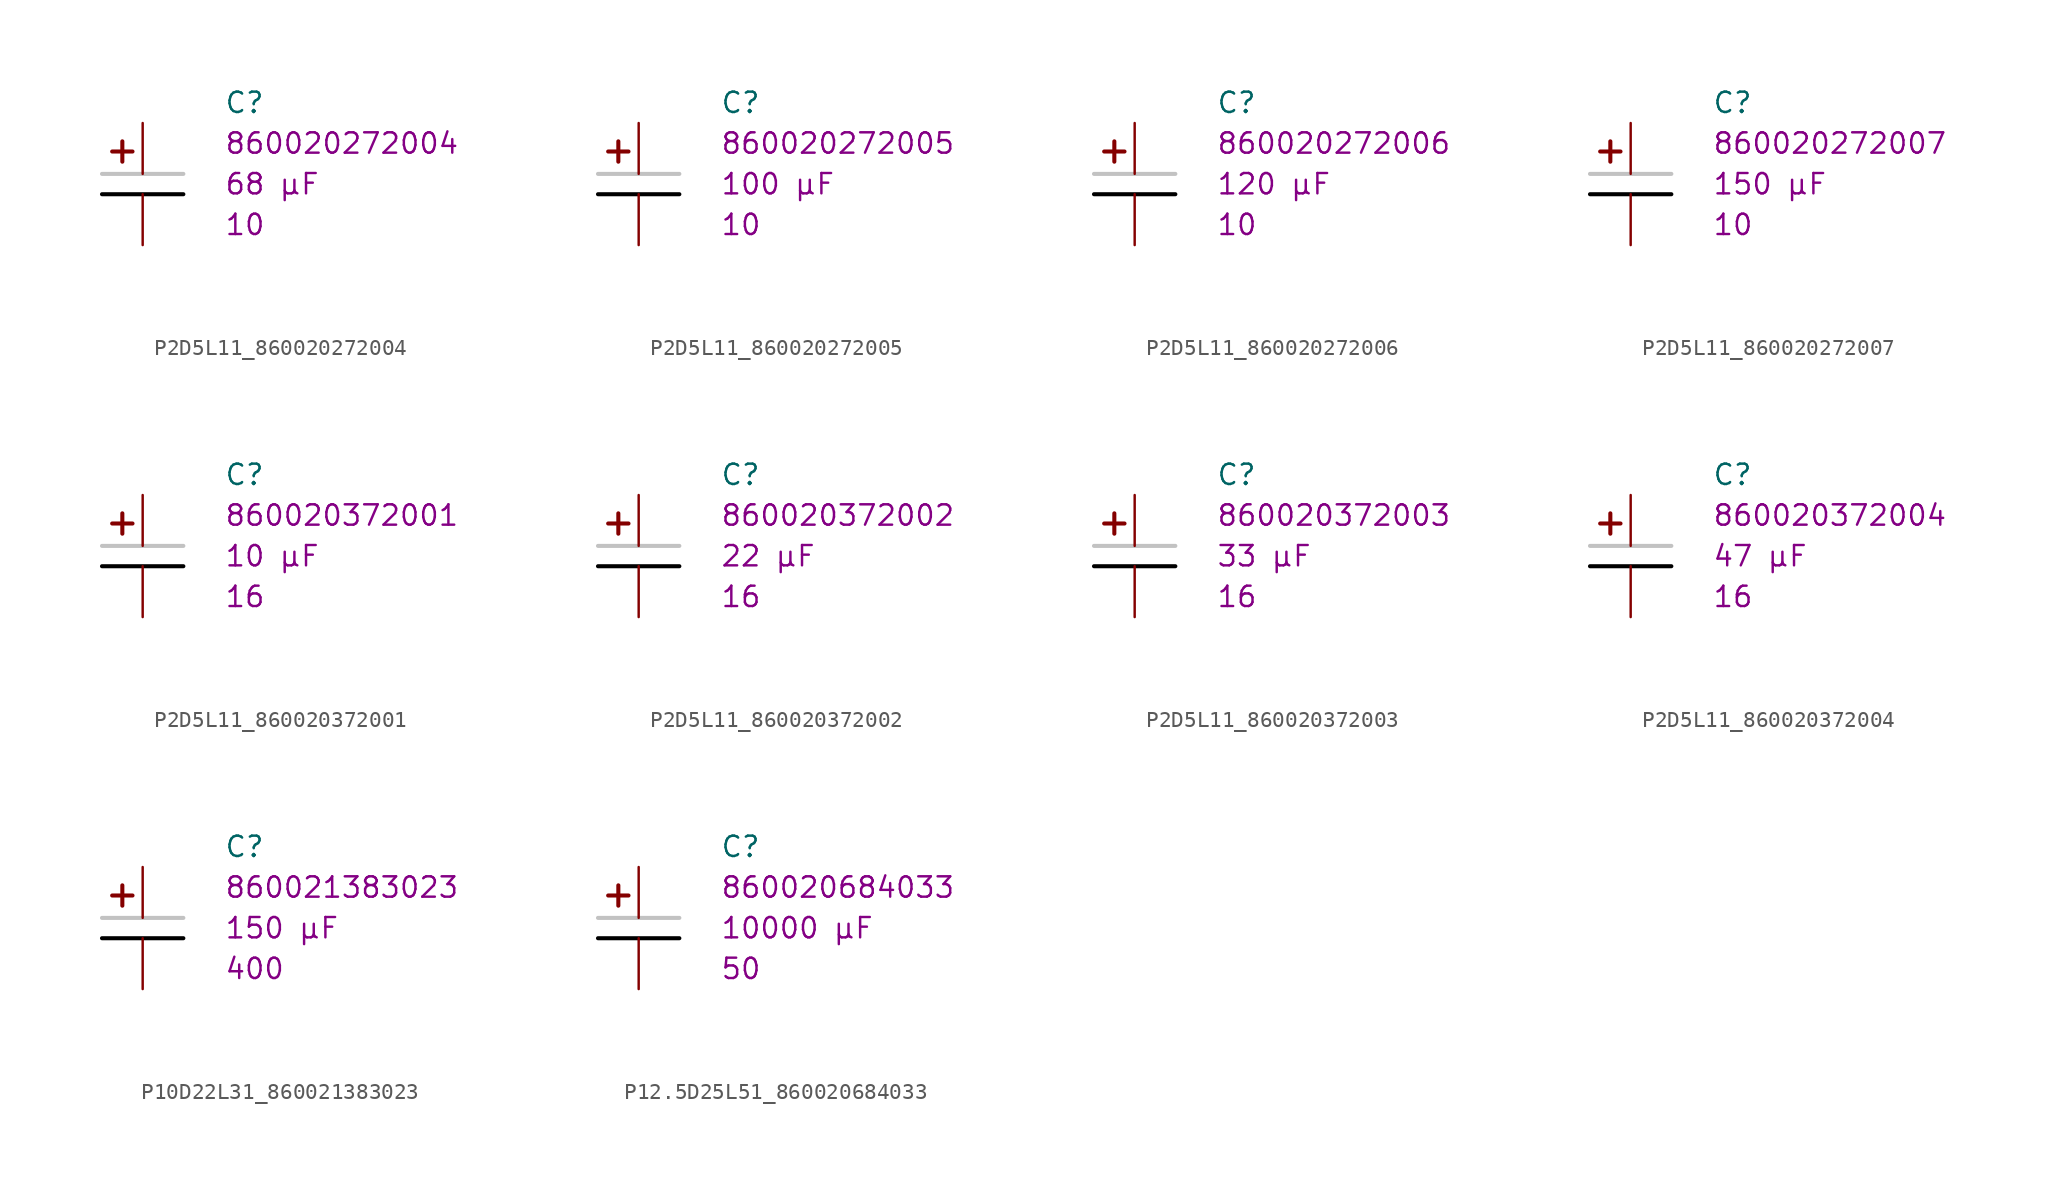
<source format=kicad_sym>
(kicad_symbol_lib
  (version 20220914)
  (generator kicad_symbol_editor)
  (symbol "P2D5L11_860020272004"
    (pin_numbers hide)
    (pin_names hide)
    (property "Reference" "C"
      (at 5.08 5.08 0)
      (effects (font (size 1.27 1.27)) (justify left)))
    (property "Part Number" "860020272004"
      (at 5.08 2.54 0)
      (effects (font (size 1.27 1.27)) (justify left)))
    (property "Capacitance" "68 µF"
      (at 5.08 0 0)
      (effects (font (size 1.27 1.27)) (justify left)))
    (property "Voltage" "10"
      (at 5.08 -2.54 0)
      (effects (font (size 1.27 1.27)) (justify left)))
    (property "Critical Parameter" ""
      (at 0 -7.62 0)
      (effects (font (size 1.27 1.27))))
    (symbol "P2D5L11_860020272004_1_1"
      (polyline (pts (xy -1.27 2.667) (xy -1.27 1.397)) (stroke (width 0.254) (type default)) (fill (type none)))
      (polyline (pts (xy -0.635 2.032) (xy -1.905 2.032)) (stroke (width 0.254) (type default)) (fill (type none)))
      (polyline (pts (xy 2.54 -0.635) (xy -2.54 -0.635)) (stroke (width 0.254) (type default) (color 0 0 0 1)) (fill (type none)))
      (polyline (pts (xy 2.54 0.635) (xy -2.54 0.635)) (stroke (width 0.254) (type default) (color 194 194 194 1)) (fill (type none)))
      (pin passive line (at 0 3.81 270) (length 3.175) (name "1" (effects (font (size 1.27 1.27)))) (number "1" (effects (font (size 1.27 1.27)))))
      (pin passive line (at 0 -3.81 90) (length 3.175) (name "2" (effects (font (size 1.27 1.27)))) (number "2" (effects (font (size 1.27 1.27)))))))
  (symbol "P2D5L11_860020272005"
    (pin_numbers hide)
    (pin_names hide)
    (property "Reference" "C"
      (at 5.08 5.08 0)
      (effects (font (size 1.27 1.27)) (justify left)))
    (property "Part Number" "860020272005"
      (at 5.08 2.54 0)
      (effects (font (size 1.27 1.27)) (justify left)))
    (property "Capacitance" "100 µF"
      (at 5.08 0 0)
      (effects (font (size 1.27 1.27)) (justify left)))
    (property "Voltage" "10"
      (at 5.08 -2.54 0)
      (effects (font (size 1.27 1.27)) (justify left)))
    (property "Critical Parameter" ""
      (at 0 -7.62 0)
      (effects (font (size 1.27 1.27))))
    (symbol "P2D5L11_860020272005_1_1"
      (polyline (pts (xy -1.27 2.667) (xy -1.27 1.397)) (stroke (width 0.254) (type default)) (fill (type none)))
      (polyline (pts (xy -0.635 2.032) (xy -1.905 2.032)) (stroke (width 0.254) (type default)) (fill (type none)))
      (polyline (pts (xy 2.54 -0.635) (xy -2.54 -0.635)) (stroke (width 0.254) (type default) (color 0 0 0 1)) (fill (type none)))
      (polyline (pts (xy 2.54 0.635) (xy -2.54 0.635)) (stroke (width 0.254) (type default) (color 194 194 194 1)) (fill (type none)))
      (pin passive line (at 0 3.81 270) (length 3.175) (name "1" (effects (font (size 1.27 1.27)))) (number "1" (effects (font (size 1.27 1.27)))))
      (pin passive line (at 0 -3.81 90) (length 3.175) (name "2" (effects (font (size 1.27 1.27)))) (number "2" (effects (font (size 1.27 1.27)))))))
  (symbol "P2D5L11_860020272006"
    (pin_numbers hide)
    (pin_names hide)
    (property "Reference" "C"
      (at 5.08 5.08 0)
      (effects (font (size 1.27 1.27)) (justify left)))
    (property "Part Number" "860020272006"
      (at 5.08 2.54 0)
      (effects (font (size 1.27 1.27)) (justify left)))
    (property "Capacitance" "120 µF"
      (at 5.08 0 0)
      (effects (font (size 1.27 1.27)) (justify left)))
    (property "Voltage" "10"
      (at 5.08 -2.54 0)
      (effects (font (size 1.27 1.27)) (justify left)))
    (property "Critical Parameter" ""
      (at 0 -7.62 0)
      (effects (font (size 1.27 1.27))))
    (symbol "P2D5L11_860020272006_1_1"
      (polyline (pts (xy -1.27 2.667) (xy -1.27 1.397)) (stroke (width 0.254) (type default)) (fill (type none)))
      (polyline (pts (xy -0.635 2.032) (xy -1.905 2.032)) (stroke (width 0.254) (type default)) (fill (type none)))
      (polyline (pts (xy 2.54 -0.635) (xy -2.54 -0.635)) (stroke (width 0.254) (type default) (color 0 0 0 1)) (fill (type none)))
      (polyline (pts (xy 2.54 0.635) (xy -2.54 0.635)) (stroke (width 0.254) (type default) (color 194 194 194 1)) (fill (type none)))
      (pin passive line (at 0 3.81 270) (length 3.175) (name "1" (effects (font (size 1.27 1.27)))) (number "1" (effects (font (size 1.27 1.27)))))
      (pin passive line (at 0 -3.81 90) (length 3.175) (name "2" (effects (font (size 1.27 1.27)))) (number "2" (effects (font (size 1.27 1.27)))))))
  (symbol "P2D5L11_860020272007"
    (pin_numbers hide)
    (pin_names hide)
    (property "Reference" "C"
      (at 5.08 5.08 0)
      (effects (font (size 1.27 1.27)) (justify left)))
    (property "Part Number" "860020272007"
      (at 5.08 2.54 0)
      (effects (font (size 1.27 1.27)) (justify left)))
    (property "Capacitance" "150 µF"
      (at 5.08 0 0)
      (effects (font (size 1.27 1.27)) (justify left)))
    (property "Voltage" "10"
      (at 5.08 -2.54 0)
      (effects (font (size 1.27 1.27)) (justify left)))
    (property "Critical Parameter" ""
      (at 0 -7.62 0)
      (effects (font (size 1.27 1.27))))
    (symbol "P2D5L11_860020272007_1_1"
      (polyline (pts (xy -1.27 2.667) (xy -1.27 1.397)) (stroke (width 0.254) (type default)) (fill (type none)))
      (polyline (pts (xy -0.635 2.032) (xy -1.905 2.032)) (stroke (width 0.254) (type default)) (fill (type none)))
      (polyline (pts (xy 2.54 -0.635) (xy -2.54 -0.635)) (stroke (width 0.254) (type default) (color 0 0 0 1)) (fill (type none)))
      (polyline (pts (xy 2.54 0.635) (xy -2.54 0.635)) (stroke (width 0.254) (type default) (color 194 194 194 1)) (fill (type none)))
      (pin passive line (at 0 3.81 270) (length 3.175) (name "1" (effects (font (size 1.27 1.27)))) (number "1" (effects (font (size 1.27 1.27)))))
      (pin passive line (at 0 -3.81 90) (length 3.175) (name "2" (effects (font (size 1.27 1.27)))) (number "2" (effects (font (size 1.27 1.27)))))))
  (symbol "P2D5L11_860020372001"
    (pin_numbers hide)
    (pin_names hide)
    (property "Reference" "C"
      (at 5.08 5.08 0)
      (effects (font (size 1.27 1.27)) (justify left)))
    (property "Part Number" "860020372001"
      (at 5.08 2.54 0)
      (effects (font (size 1.27 1.27)) (justify left)))
    (property "Capacitance" "10 µF"
      (at 5.08 0 0)
      (effects (font (size 1.27 1.27)) (justify left)))
    (property "Voltage" "16"
      (at 5.08 -2.54 0)
      (effects (font (size 1.27 1.27)) (justify left)))
    (property "Critical Parameter" ""
      (at 0 -7.62 0)
      (effects (font (size 1.27 1.27))))
    (symbol "P2D5L11_860020372001_1_1"
      (polyline (pts (xy -1.27 2.667) (xy -1.27 1.397)) (stroke (width 0.254) (type default)) (fill (type none)))
      (polyline (pts (xy -0.635 2.032) (xy -1.905 2.032)) (stroke (width 0.254) (type default)) (fill (type none)))
      (polyline (pts (xy 2.54 -0.635) (xy -2.54 -0.635)) (stroke (width 0.254) (type default) (color 0 0 0 1)) (fill (type none)))
      (polyline (pts (xy 2.54 0.635) (xy -2.54 0.635)) (stroke (width 0.254) (type default) (color 194 194 194 1)) (fill (type none)))
      (pin passive line (at 0 3.81 270) (length 3.175) (name "1" (effects (font (size 1.27 1.27)))) (number "1" (effects (font (size 1.27 1.27)))))
      (pin passive line (at 0 -3.81 90) (length 3.175) (name "2" (effects (font (size 1.27 1.27)))) (number "2" (effects (font (size 1.27 1.27)))))))
  (symbol "P2D5L11_860020372002"
    (pin_numbers hide)
    (pin_names hide)
    (property "Reference" "C"
      (at 5.08 5.08 0)
      (effects (font (size 1.27 1.27)) (justify left)))
    (property "Part Number" "860020372002"
      (at 5.08 2.54 0)
      (effects (font (size 1.27 1.27)) (justify left)))
    (property "Capacitance" "22 µF"
      (at 5.08 0 0)
      (effects (font (size 1.27 1.27)) (justify left)))
    (property "Voltage" "16"
      (at 5.08 -2.54 0)
      (effects (font (size 1.27 1.27)) (justify left)))
    (property "Critical Parameter" ""
      (at 0 -7.62 0)
      (effects (font (size 1.27 1.27))))
    (symbol "P2D5L11_860020372002_1_1"
      (polyline (pts (xy -1.27 2.667) (xy -1.27 1.397)) (stroke (width 0.254) (type default)) (fill (type none)))
      (polyline (pts (xy -0.635 2.032) (xy -1.905 2.032)) (stroke (width 0.254) (type default)) (fill (type none)))
      (polyline (pts (xy 2.54 -0.635) (xy -2.54 -0.635)) (stroke (width 0.254) (type default) (color 0 0 0 1)) (fill (type none)))
      (polyline (pts (xy 2.54 0.635) (xy -2.54 0.635)) (stroke (width 0.254) (type default) (color 194 194 194 1)) (fill (type none)))
      (pin passive line (at 0 3.81 270) (length 3.175) (name "1" (effects (font (size 1.27 1.27)))) (number "1" (effects (font (size 1.27 1.27)))))
      (pin passive line (at 0 -3.81 90) (length 3.175) (name "2" (effects (font (size 1.27 1.27)))) (number "2" (effects (font (size 1.27 1.27)))))))
  (symbol "P2D5L11_860020372003"
    (pin_numbers hide)
    (pin_names hide)
    (property "Reference" "C"
      (at 5.08 5.08 0)
      (effects (font (size 1.27 1.27)) (justify left)))
    (property "Part Number" "860020372003"
      (at 5.08 2.54 0)
      (effects (font (size 1.27 1.27)) (justify left)))
    (property "Capacitance" "33 µF"
      (at 5.08 0 0)
      (effects (font (size 1.27 1.27)) (justify left)))
    (property "Voltage" "16"
      (at 5.08 -2.54 0)
      (effects (font (size 1.27 1.27)) (justify left)))
    (property "Critical Parameter" ""
      (at 0 -7.62 0)
      (effects (font (size 1.27 1.27))))
    (symbol "P2D5L11_860020372003_1_1"
      (polyline (pts (xy -1.27 2.667) (xy -1.27 1.397)) (stroke (width 0.254) (type default)) (fill (type none)))
      (polyline (pts (xy -0.635 2.032) (xy -1.905 2.032)) (stroke (width 0.254) (type default)) (fill (type none)))
      (polyline (pts (xy 2.54 -0.635) (xy -2.54 -0.635)) (stroke (width 0.254) (type default) (color 0 0 0 1)) (fill (type none)))
      (polyline (pts (xy 2.54 0.635) (xy -2.54 0.635)) (stroke (width 0.254) (type default) (color 194 194 194 1)) (fill (type none)))
      (pin passive line (at 0 3.81 270) (length 3.175) (name "1" (effects (font (size 1.27 1.27)))) (number "1" (effects (font (size 1.27 1.27)))))
      (pin passive line (at 0 -3.81 90) (length 3.175) (name "2" (effects (font (size 1.27 1.27)))) (number "2" (effects (font (size 1.27 1.27)))))))
  (symbol "P2D5L11_860020372004"
    (pin_numbers hide)
    (pin_names hide)
    (property "Reference" "C"
      (at 5.08 5.08 0)
      (effects (font (size 1.27 1.27)) (justify left)))
    (property "Part Number" "860020372004"
      (at 5.08 2.54 0)
      (effects (font (size 1.27 1.27)) (justify left)))
    (property "Capacitance" "47 µF"
      (at 5.08 0 0)
      (effects (font (size 1.27 1.27)) (justify left)))
    (property "Voltage" "16"
      (at 5.08 -2.54 0)
      (effects (font (size 1.27 1.27)) (justify left)))
    (property "Critical Parameter" ""
      (at 0 -7.62 0)
      (effects (font (size 1.27 1.27))))
    (symbol "P2D5L11_860020372004_1_1"
      (polyline (pts (xy -1.27 2.667) (xy -1.27 1.397)) (stroke (width 0.254) (type default)) (fill (type none)))
      (polyline (pts (xy -0.635 2.032) (xy -1.905 2.032)) (stroke (width 0.254) (type default)) (fill (type none)))
      (polyline (pts (xy 2.54 -0.635) (xy -2.54 -0.635)) (stroke (width 0.254) (type default) (color 0 0 0 1)) (fill (type none)))
      (polyline (pts (xy 2.54 0.635) (xy -2.54 0.635)) (stroke (width 0.254) (type default) (color 194 194 194 1)) (fill (type none)))
      (pin passive line (at 0 3.81 270) (length 3.175) (name "1" (effects (font (size 1.27 1.27)))) (number "1" (effects (font (size 1.27 1.27)))))
      (pin passive line (at 0 -3.81 90) (length 3.175) (name "2" (effects (font (size 1.27 1.27)))) (number "2" (effects (font (size 1.27 1.27)))))))
  (symbol "P10D22L31_860021383023"
    (pin_numbers hide)
    (pin_names hide)
    (property "Reference" "C"
      (at 5.08 5.08 0)
      (effects (font (size 1.27 1.27)) (justify left)))
    (property "Part Number" "860021383023"
      (at 5.08 2.54 0)
      (effects (font (size 1.27 1.27)) (justify left)))
    (property "Capacitance" "150 µF"
      (at 5.08 0 0)
      (effects (font (size 1.27 1.27)) (justify left)))
    (property "Voltage" "400"
      (at 5.08 -2.54 0)
      (effects (font (size 1.27 1.27)) (justify left)))
    (property "Critical Parameter" ""
      (at 0 -7.62 0)
      (effects (font (size 1.27 1.27))))
    (symbol "P10D22L31_860021383023_1_1"
      (polyline (pts (xy -1.27 2.667) (xy -1.27 1.397)) (stroke (width 0.254) (type default)) (fill (type none)))
      (polyline (pts (xy -0.635 2.032) (xy -1.905 2.032)) (stroke (width 0.254) (type default)) (fill (type none)))
      (polyline (pts (xy 2.54 -0.635) (xy -2.54 -0.635)) (stroke (width 0.254) (type default) (color 0 0 0 1)) (fill (type none)))
      (polyline (pts (xy 2.54 0.635) (xy -2.54 0.635)) (stroke (width 0.254) (type default) (color 194 194 194 1)) (fill (type none)))
      (pin passive line (at 0 3.81 270) (length 3.175) (name "1" (effects (font (size 1.27 1.27)))) (number "1" (effects (font (size 1.27 1.27)))))
      (pin passive line (at 0 -3.81 90) (length 3.175) (name "2" (effects (font (size 1.27 1.27)))) (number "2" (effects (font (size 1.27 1.27)))))))
  (symbol "P12.5D25L51_860020684033"
    (pin_numbers hide)
    (pin_names hide)
    (property "Reference" "C"
      (at 5.08 5.08 0)
      (effects (font (size 1.27 1.27)) (justify left)))
    (property "Part Number" "860020684033"
      (at 5.08 2.54 0)
      (effects (font (size 1.27 1.27)) (justify left)))
    (property "Capacitance" "10000 µF"
      (at 5.08 0 0)
      (effects (font (size 1.27 1.27)) (justify left)))
    (property "Voltage" "50"
      (at 5.08 -2.54 0)
      (effects (font (size 1.27 1.27)) (justify left)))
    (property "Critical Parameter" ""
      (at 0 -7.62 0)
      (effects (font (size 1.27 1.27))))
    (symbol "P12.5D25L51_860020684033_1_1"
      (polyline (pts (xy -1.27 2.667) (xy -1.27 1.397)) (stroke (width 0.254) (type default)) (fill (type none)))
      (polyline (pts (xy -0.635 2.032) (xy -1.905 2.032)) (stroke (width 0.254) (type default)) (fill (type none)))
      (polyline (pts (xy 2.54 -0.635) (xy -2.54 -0.635)) (stroke (width 0.254) (type default) (color 0 0 0 1)) (fill (type none)))
      (polyline (pts (xy 2.54 0.635) (xy -2.54 0.635)) (stroke (width 0.254) (type default) (color 194 194 194 1)) (fill (type none)))
      (pin passive line (at 0 3.81 270) (length 3.175) (name "1" (effects (font (size 1.27 1.27)))) (number "1" (effects (font (size 1.27 1.27)))))
      (pin passive line (at 0 -3.81 90) (length 3.175) (name "2" (effects (font (size 1.27 1.27)))) (number "2" (effects (font (size 1.27 1.27))))))))
</source>
